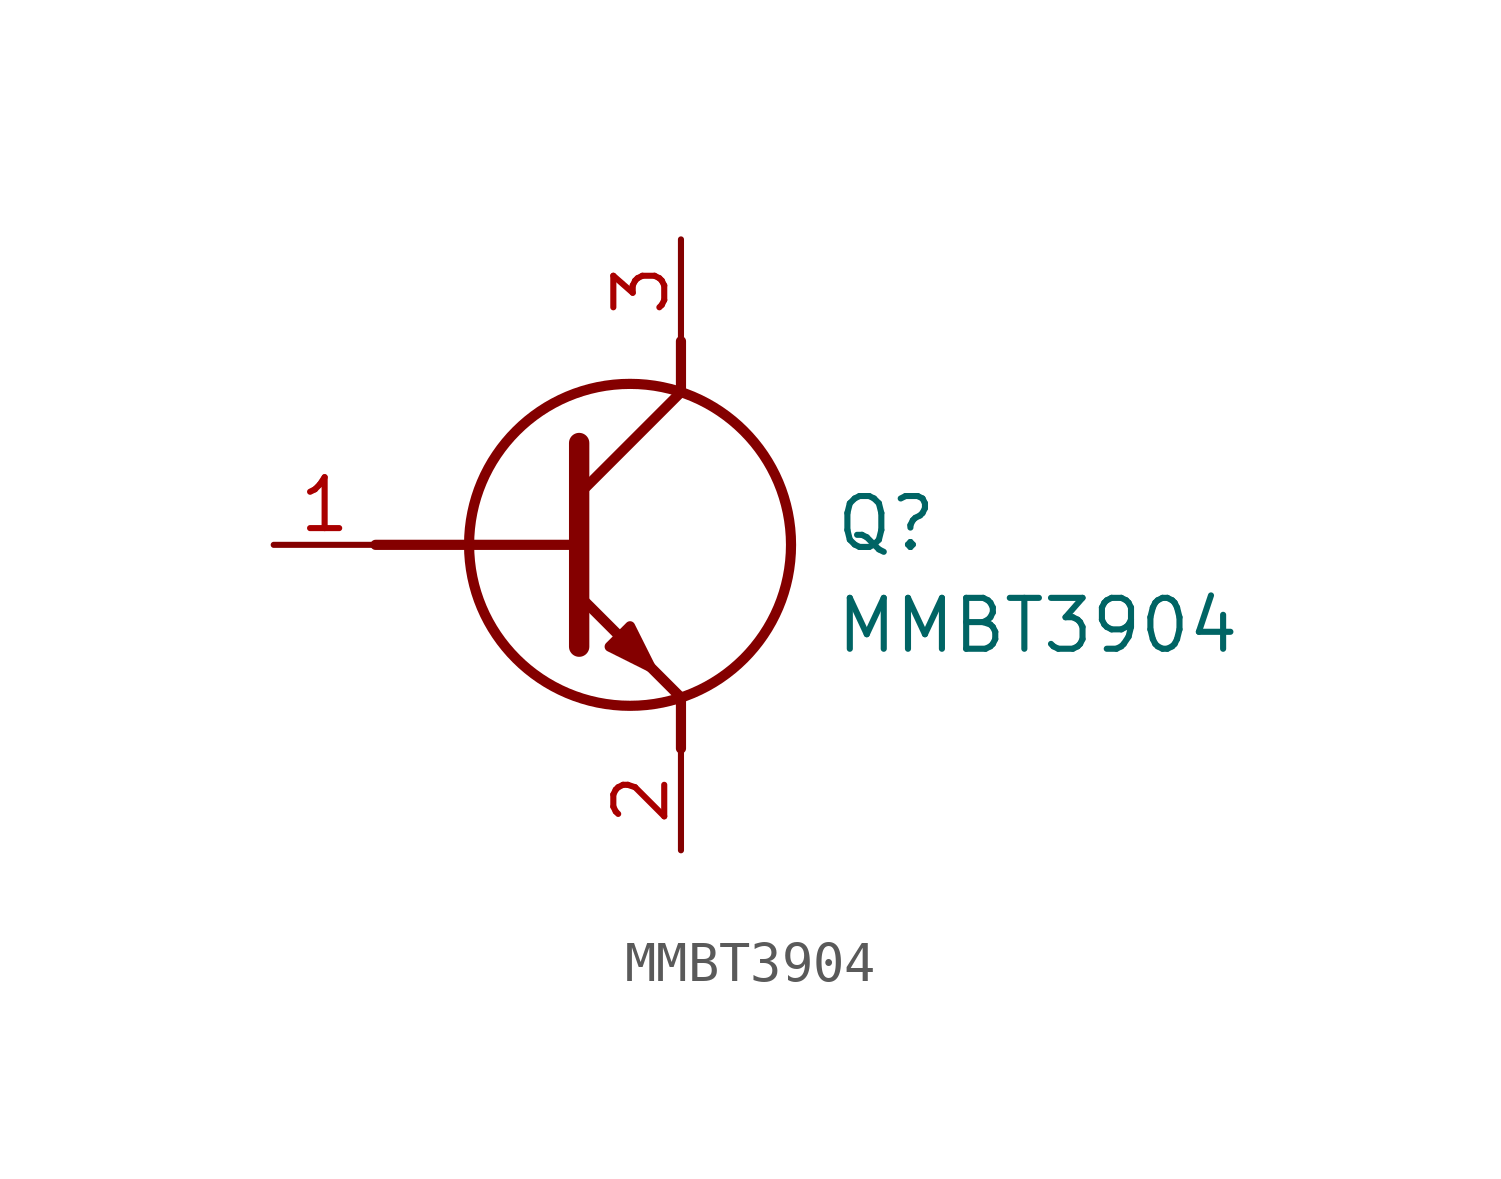
<source format=kicad_sym>
(kicad_symbol_lib
  (version 20211014)
  (generator SamacSys_ECAD_Model)
  (symbol "MMBT3904"
    (pin_names hide)
    (property "Reference" "Q"
      (at 13.97 1.27 0)
      (effects (font (size 1.27 1.27)) (justify left top)))
    (property "Value" "MMBT3904"
      (at 13.97 -1.27 0)
      (effects (font (size 1.27 1.27)) (justify left top)))
    (polyline
      (pts (xy 7.62 2.54) (xy 7.62 -2.54))
      (stroke (width 0.508) (type default))
      (fill (type none)))
    (polyline
      (pts (xy 7.62 1.27) (xy 10.16 3.81))
      (stroke (width 0.254) (type default))
      (fill (type none)))
    (polyline
      (pts (xy 7.62 -1.27) (xy 10.16 -3.81))
      (stroke (width 0.254) (type default))
      (fill (type none)))
    (polyline
      (pts (xy 10.16 -3.81) (xy 10.16 -5.08))
      (stroke (width 0.254) (type default))
      (fill (type none)))
    (polyline
      (pts (xy 10.16 3.81) (xy 10.16 5.08))
      (stroke (width 0.254) (type default))
      (fill (type none)))
    (polyline
      (pts (xy 2.54 0) (xy 7.62 0))
      (stroke (width 0.254) (type default))
      (fill (type none)))
    (circle
      (center 8.89 0)
      (radius 4.016)
      (stroke (width 0.254) (type default))
      (fill (type none)))
    (polyline
      (pts (xy 8.382 -2.54) (xy 8.89 -2.032) (xy 9.398 -3.048) (xy 8.382 -2.54))
      (stroke (width 0.254) (type default))
      (fill (type outline)))
    (pin passive line
      (at 0 0 0)
      (length 2.54)
      (name "B" (effects (font (size 1.27 1.27))))
      (number "1" (effects (font (size 1.27 1.27)))))
    (pin passive line
      (at 10.16 -7.62 90)
      (length 2.54)
      (name "E" (effects (font (size 1.27 1.27))))
      (number "2" (effects (font (size 1.27 1.27)))))
    (pin passive line
      (at 10.16 7.62 270)
      (length 2.54)
      (name "C" (effects (font (size 1.27 1.27))))
      (number "3" (effects (font (size 1.27 1.27)))))))
</source>
